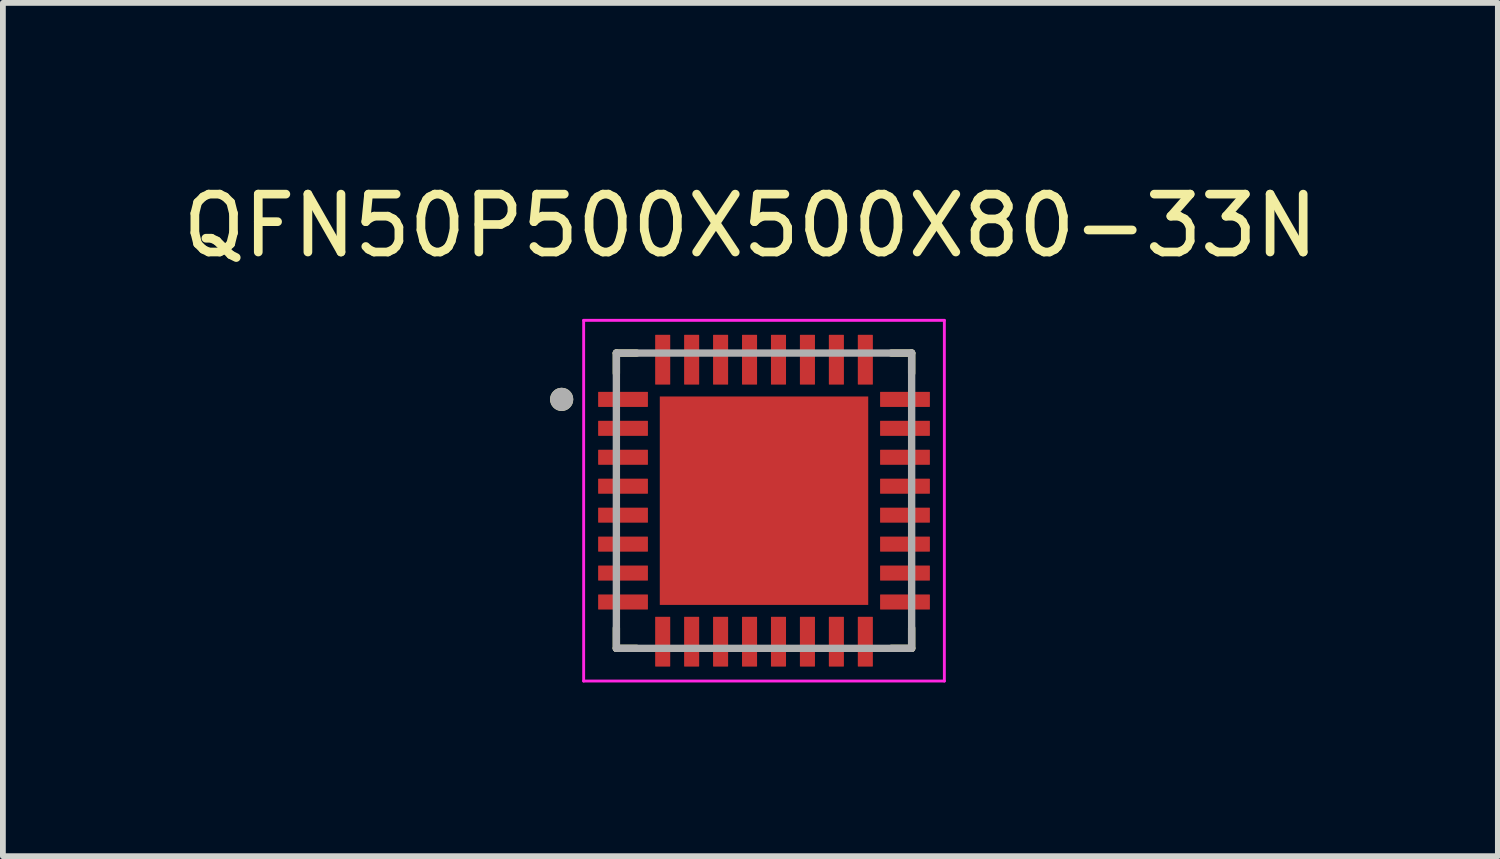
<source format=kicad_pcb>
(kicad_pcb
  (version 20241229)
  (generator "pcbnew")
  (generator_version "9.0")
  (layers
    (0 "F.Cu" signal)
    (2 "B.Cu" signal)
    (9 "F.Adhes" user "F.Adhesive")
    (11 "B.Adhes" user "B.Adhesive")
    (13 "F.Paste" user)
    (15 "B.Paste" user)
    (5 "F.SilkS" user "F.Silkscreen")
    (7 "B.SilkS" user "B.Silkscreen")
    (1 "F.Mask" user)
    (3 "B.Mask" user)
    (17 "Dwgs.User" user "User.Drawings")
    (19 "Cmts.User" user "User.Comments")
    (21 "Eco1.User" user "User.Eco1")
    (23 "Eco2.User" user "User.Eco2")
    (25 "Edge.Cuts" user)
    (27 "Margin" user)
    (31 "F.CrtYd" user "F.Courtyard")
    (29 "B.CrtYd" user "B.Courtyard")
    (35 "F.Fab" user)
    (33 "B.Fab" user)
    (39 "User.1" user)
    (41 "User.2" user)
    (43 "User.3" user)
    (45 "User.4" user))
  (footprint "QFN50P500X500X80-33N"
    (layer "F.Cu")
    (at 10.146 5.598)
    (property "Reference" "QFN50P500X500X80-33N" (at -0.235 -4.75 0) (layer "F.SilkS") (effects (font (size 1 1) (thickness 0.15))))
    (attr smd)
    (fp_line (start -2.55 -2.55) (end -2.55 -2.2) (stroke (width 0.127) (type solid)) (layer "F.SilkS"))
    (fp_line (start -2.55 -2.55) (end -2.2 -2.55) (stroke (width 0.127) (type solid)) (layer "F.SilkS"))
    (fp_line (start -2.55 2.55) (end -2.55 2.2) (stroke (width 0.127) (type solid)) (layer "F.SilkS"))
    (fp_line (start -2.55 2.55) (end -2.2 2.55) (stroke (width 0.127) (type solid)) (layer "F.SilkS"))
    (fp_line (start 2.55 -2.55) (end 2.2 -2.55) (stroke (width 0.127) (type solid)) (layer "F.SilkS"))
    (fp_line (start 2.55 -2.55) (end 2.55 -2.2) (stroke (width 0.127) (type solid)) (layer "F.SilkS"))
    (fp_line (start 2.55 2.55) (end 2.2 2.55) (stroke (width 0.127) (type solid)) (layer "F.SilkS"))
    (fp_line (start 2.55 2.55) (end 2.55 2.2) (stroke (width 0.127) (type solid)) (layer "F.SilkS"))
    (fp_circle (center -3.495 -1.75) (end -3.395 -1.75) (stroke (width 0.2) (type solid)) (fill no) (layer "F.SilkS"))
    (fp_poly (pts (xy -1.14 -1.14) (xy 1.14 -1.14) (xy 1.14 1.14) (xy -1.14 1.14)) (stroke (width 0.01) (type solid)) (fill yes) (layer "F.Paste"))
    (fp_line (start -3.115 -3.115) (end 3.115 -3.115) (stroke (width 0.05) (type solid)) (layer "F.CrtYd"))
    (fp_line (start -3.115 3.115) (end -3.115 -3.115) (stroke (width 0.05) (type solid)) (layer "F.CrtYd"))
    (fp_line (start -3.115 3.115) (end 3.115 3.115) (stroke (width 0.05) (type solid)) (layer "F.CrtYd"))
    (fp_line (start 3.115 3.115) (end 3.115 -3.115) (stroke (width 0.05) (type solid)) (layer "F.CrtYd"))
    (fp_line (start -2.55 2.55) (end -2.55 -2.55) (stroke (width 0.127) (type solid)) (layer "F.Fab"))
    (fp_line (start 2.55 -2.55) (end -2.55 -2.55) (stroke (width 0.127) (type solid)) (layer "F.Fab"))
    (fp_line (start 2.55 2.55) (end -2.55 2.55) (stroke (width 0.127) (type solid)) (layer "F.Fab"))
    (fp_line (start 2.55 2.55) (end 2.55 -2.55) (stroke (width 0.127) (type solid)) (layer "F.Fab"))
    (fp_circle (center -3.495 -1.75) (end -3.395 -1.75) (stroke (width 0.2) (type solid)) (fill no) (layer "F.Fab"))
    (pad "1" smd roundrect (at -2.435 -1.75) (size 0.86 0.26) (layers "F.Cu" "F.Mask" "F.Paste") (roundrect_rratio 0.03))
    (pad "2" smd roundrect (at -2.435 -1.25) (size 0.86 0.26) (layers "F.Cu" "F.Mask" "F.Paste") (roundrect_rratio 0.03))
    (pad "3" smd roundrect (at -2.435 -0.75) (size 0.86 0.26) (layers "F.Cu" "F.Mask" "F.Paste") (roundrect_rratio 0.03))
    (pad "4" smd roundrect (at -2.435 -0.25) (size 0.86 0.26) (layers "F.Cu" "F.Mask" "F.Paste") (roundrect_rratio 0.03))
    (pad "5" smd roundrect (at -2.435 0.25) (size 0.86 0.26) (layers "F.Cu" "F.Mask" "F.Paste") (roundrect_rratio 0.03))
    (pad "6" smd roundrect (at -2.435 0.75) (size 0.86 0.26) (layers "F.Cu" "F.Mask" "F.Paste") (roundrect_rratio 0.03))
    (pad "7" smd roundrect (at -2.435 1.25) (size 0.86 0.26) (layers "F.Cu" "F.Mask" "F.Paste") (roundrect_rratio 0.03))
    (pad "8" smd roundrect (at -2.435 1.75) (size 0.86 0.26) (layers "F.Cu" "F.Mask" "F.Paste") (roundrect_rratio 0.03))
    (pad "9" smd roundrect (at -1.75 2.435 90) (size 0.86 0.26) (layers "F.Cu" "F.Mask" "F.Paste") (roundrect_rratio 0.03))
    (pad "10" smd roundrect (at -1.25 2.435 90) (size 0.86 0.26) (layers "F.Cu" "F.Mask" "F.Paste") (roundrect_rratio 0.03))
    (pad "11" smd roundrect (at -0.75 2.435 90) (size 0.86 0.26) (layers "F.Cu" "F.Mask" "F.Paste") (roundrect_rratio 0.03))
    (pad "12" smd roundrect (at -0.25 2.435 90) (size 0.86 0.26) (layers "F.Cu" "F.Mask" "F.Paste") (roundrect_rratio 0.03))
    (pad "13" smd roundrect (at 0.25 2.435 90) (size 0.86 0.26) (layers "F.Cu" "F.Mask" "F.Paste") (roundrect_rratio 0.03))
    (pad "14" smd roundrect (at 0.75 2.435 90) (size 0.86 0.26) (layers "F.Cu" "F.Mask" "F.Paste") (roundrect_rratio 0.03))
    (pad "15" smd roundrect (at 1.25 2.435 90) (size 0.86 0.26) (layers "F.Cu" "F.Mask" "F.Paste") (roundrect_rratio 0.03))
    (pad "16" smd roundrect (at 1.75 2.435 90) (size 0.86 0.26) (layers "F.Cu" "F.Mask" "F.Paste") (roundrect_rratio 0.03))
    (pad "17" smd roundrect (at 2.435 1.75) (size 0.86 0.26) (layers "F.Cu" "F.Mask" "F.Paste") (roundrect_rratio 0.03))
    (pad "18" smd roundrect (at 2.435 1.25) (size 0.86 0.26) (layers "F.Cu" "F.Mask" "F.Paste") (roundrect_rratio 0.03))
    (pad "19" smd roundrect (at 2.435 0.75) (size 0.86 0.26) (layers "F.Cu" "F.Mask" "F.Paste") (roundrect_rratio 0.03))
    (pad "20" smd roundrect (at 2.435 0.25) (size 0.86 0.26) (layers "F.Cu" "F.Mask" "F.Paste") (roundrect_rratio 0.03))
    (pad "21" smd roundrect (at 2.435 -0.25) (size 0.86 0.26) (layers "F.Cu" "F.Mask" "F.Paste") (roundrect_rratio 0.03))
    (pad "22" smd roundrect (at 2.435 -0.75) (size 0.86 0.26) (layers "F.Cu" "F.Mask" "F.Paste") (roundrect_rratio 0.03))
    (pad "23" smd roundrect (at 2.435 -1.25) (size 0.86 0.26) (layers "F.Cu" "F.Mask" "F.Paste") (roundrect_rratio 0.03))
    (pad "24" smd roundrect (at 2.435 -1.75) (size 0.86 0.26) (layers "F.Cu" "F.Mask" "F.Paste") (roundrect_rratio 0.03))
    (pad "25" smd roundrect (at 1.75 -2.435 90) (size 0.86 0.26) (layers "F.Cu" "F.Mask" "F.Paste") (roundrect_rratio 0.03))
    (pad "26" smd roundrect (at 1.25 -2.435 90) (size 0.86 0.26) (layers "F.Cu" "F.Mask" "F.Paste") (roundrect_rratio 0.03))
    (pad "27" smd roundrect (at 0.75 -2.435 90) (size 0.86 0.26) (layers "F.Cu" "F.Mask" "F.Paste") (roundrect_rratio 0.03))
    (pad "28" smd roundrect (at 0.25 -2.435 90) (size 0.86 0.26) (layers "F.Cu" "F.Mask" "F.Paste") (roundrect_rratio 0.03))
    (pad "29" smd roundrect (at -0.25 -2.435 90) (size 0.86 0.26) (layers "F.Cu" "F.Mask" "F.Paste") (roundrect_rratio 0.03))
    (pad "30" smd roundrect (at -0.75 -2.435 90) (size 0.86 0.26) (layers "F.Cu" "F.Mask" "F.Paste") (roundrect_rratio 0.03))
    (pad "31" smd roundrect (at -1.25 -2.435 90) (size 0.86 0.26) (layers "F.Cu" "F.Mask" "F.Paste") (roundrect_rratio 0.03))
    (pad "32" smd roundrect (at -1.75 -2.435 90) (size 0.86 0.26) (layers "F.Cu" "F.Mask" "F.Paste") (roundrect_rratio 0.03))
    (pad "33" smd rect (at 0 0) (size 3.6 3.6) (layers "F.Cu" "F.Mask")))
  (gr_rect
    (start -3 -3)
    (end 22.821 11.738)
    (stroke (width 0.1) (type default))
    (fill no)
    (layer "Edge.Cuts")))
</source>
